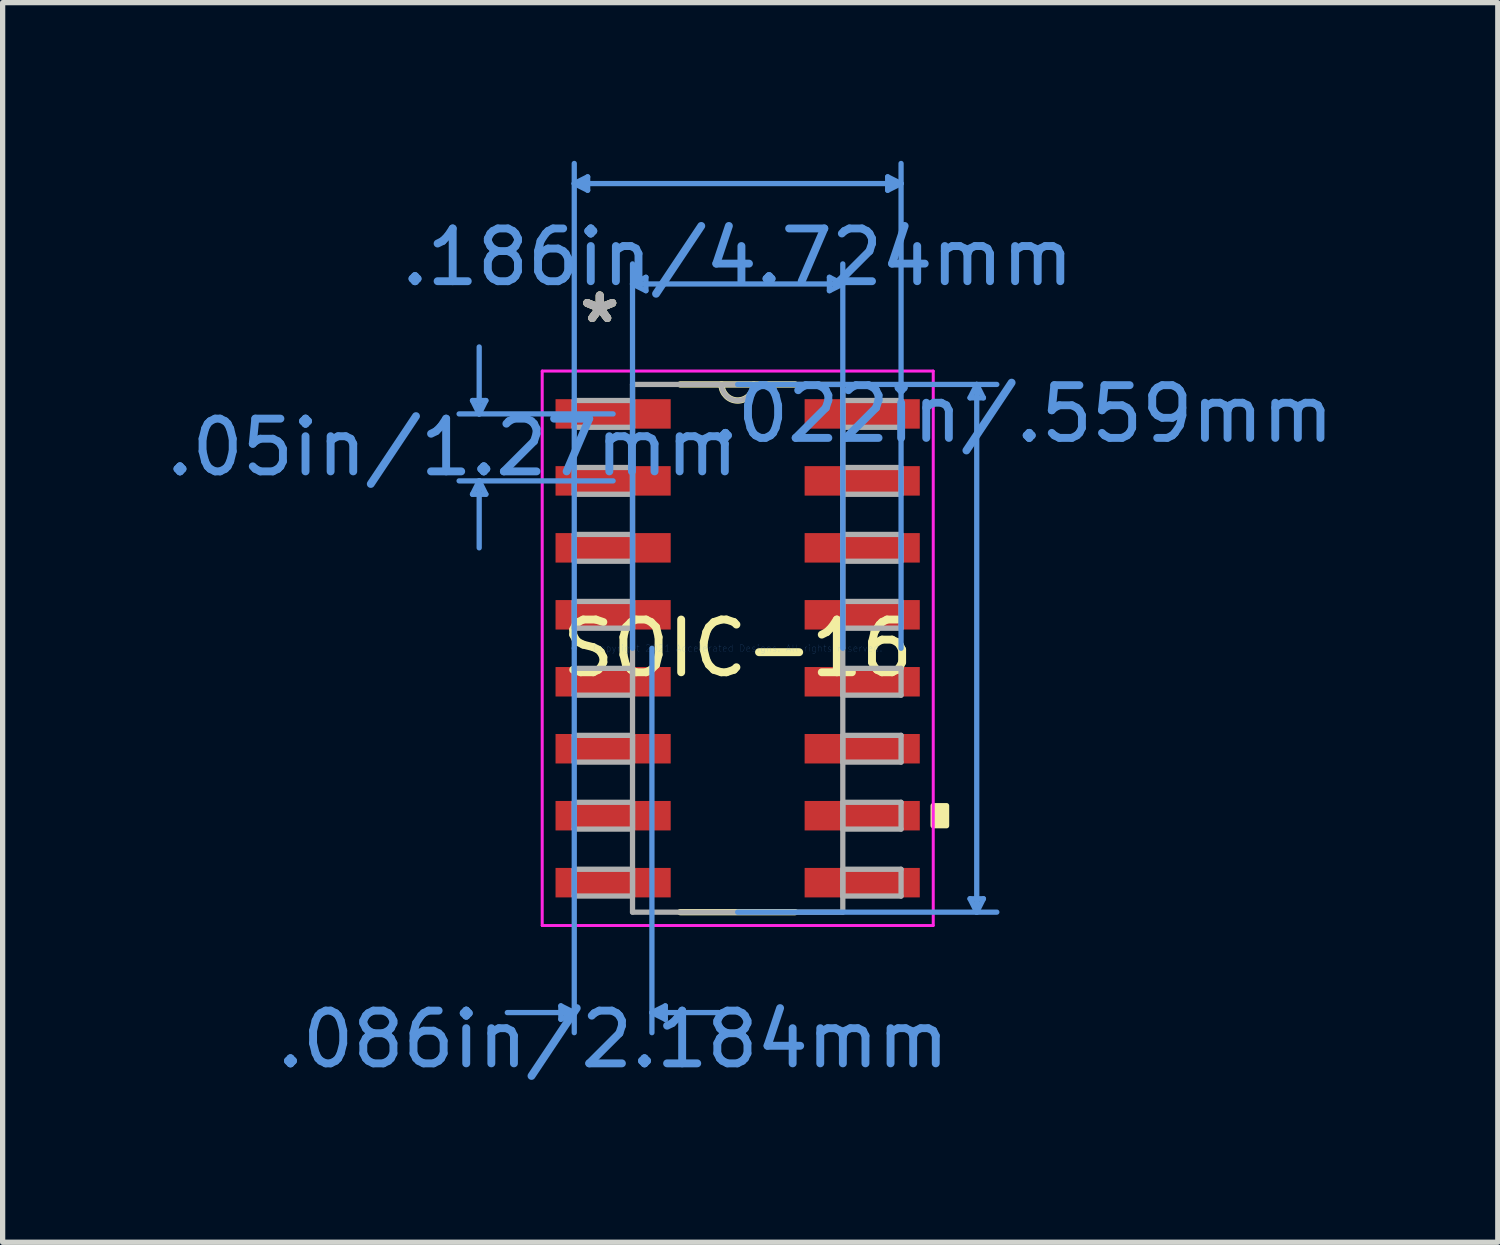
<source format=kicad_pcb>
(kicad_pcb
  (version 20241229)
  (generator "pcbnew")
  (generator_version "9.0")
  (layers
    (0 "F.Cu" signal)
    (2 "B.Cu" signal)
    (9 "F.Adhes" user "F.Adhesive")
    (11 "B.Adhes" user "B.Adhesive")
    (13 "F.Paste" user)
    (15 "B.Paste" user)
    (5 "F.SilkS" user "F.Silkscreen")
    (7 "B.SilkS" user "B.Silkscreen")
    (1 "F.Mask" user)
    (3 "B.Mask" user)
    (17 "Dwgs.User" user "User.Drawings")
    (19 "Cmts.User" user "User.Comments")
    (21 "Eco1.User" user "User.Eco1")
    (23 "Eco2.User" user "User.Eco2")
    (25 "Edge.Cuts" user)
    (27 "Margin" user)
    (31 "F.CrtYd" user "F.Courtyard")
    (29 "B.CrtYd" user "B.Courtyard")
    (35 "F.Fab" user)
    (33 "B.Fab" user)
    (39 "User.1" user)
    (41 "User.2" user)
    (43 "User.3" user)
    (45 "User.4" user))
  (footprint "SOIC-16"
    (layer "F.Cu")
    (at 10.94 9.245)
    (property "Reference" "SOIC-16" (at 0 0 0) (layer "F.SilkS") (effects (font (size 1 1) (thickness 0.15))))
    (attr through_hole)
    (fp_line (start -1.089 5.004) (end 1.089 5.004) (stroke (width 0.12) (type solid)) (layer "F.SilkS"))
    (fp_line (start 1.089 -5.004) (end -1.089 -5.004) (stroke (width 0.12) (type solid)) (layer "F.SilkS"))
    (fp_arc (start 0.3048 -5.0038) (mid 0 -4.699) (end -0.3048 -5.0038) (stroke (width 0.12) (type solid)) (layer "F.SilkS"))
    (fp_poly (pts (xy 3.962 2.985) (xy 3.962 3.365) (xy 3.708 3.365) (xy 3.708 2.985)) (stroke (width 0.1) (type solid)) (fill yes) (layer "F.SilkS"))
    (fp_line (start -5.029 -4.699) (end -4.775 -4.699) (stroke (width 0.1) (type solid)) (layer "Cmts.User"))
    (fp_line (start -5.029 -2.921) (end -4.775 -2.921) (stroke (width 0.1) (type solid)) (layer "Cmts.User"))
    (fp_line (start -4.902 -4.445) (end -5.029 -4.699) (stroke (width 0.1) (type solid)) (layer "Cmts.User"))
    (fp_line (start -4.902 -4.445) (end -4.902 -5.715) (stroke (width 0.1) (type solid)) (layer "Cmts.User"))
    (fp_line (start -4.902 -4.445) (end -4.775 -4.699) (stroke (width 0.1) (type solid)) (layer "Cmts.User"))
    (fp_line (start -4.902 -3.175) (end -5.029 -2.921) (stroke (width 0.1) (type solid)) (layer "Cmts.User"))
    (fp_line (start -4.902 -3.175) (end -4.902 -1.905) (stroke (width 0.1) (type solid)) (layer "Cmts.User"))
    (fp_line (start -4.902 -3.175) (end -4.775 -2.921) (stroke (width 0.1) (type solid)) (layer "Cmts.User"))
    (fp_line (start -3.353 6.782) (end -3.353 7.036) (stroke (width 0.1) (type solid)) (layer "Cmts.User"))
    (fp_line (start -3.099 -8.814) (end -2.845 -8.941) (stroke (width 0.1) (type solid)) (layer "Cmts.User"))
    (fp_line (start -3.099 -8.814) (end -2.845 -8.687) (stroke (width 0.1) (type solid)) (layer "Cmts.User"))
    (fp_line (start -3.099 -8.814) (end 3.099 -8.814) (stroke (width 0.1) (type solid)) (layer "Cmts.User"))
    (fp_line (start -3.099 0) (end -3.099 -9.195) (stroke (width 0.1) (type solid)) (layer "Cmts.User"))
    (fp_line (start -3.099 0) (end -3.099 7.29) (stroke (width 0.1) (type solid)) (layer "Cmts.User"))
    (fp_line (start -3.099 6.909) (end -4.369 6.909) (stroke (width 0.1) (type solid)) (layer "Cmts.User"))
    (fp_line (start -3.099 6.909) (end -3.353 6.782) (stroke (width 0.1) (type solid)) (layer "Cmts.User"))
    (fp_line (start -3.099 6.909) (end -3.353 7.036) (stroke (width 0.1) (type solid)) (layer "Cmts.User"))
    (fp_line (start -2.845 -8.941) (end -2.845 -8.687) (stroke (width 0.1) (type solid)) (layer "Cmts.User"))
    (fp_line (start -2.362 -4.445) (end -5.283 -4.445) (stroke (width 0.1) (type solid)) (layer "Cmts.User"))
    (fp_line (start -2.362 -3.175) (end -5.283 -3.175) (stroke (width 0.1) (type solid)) (layer "Cmts.User"))
    (fp_line (start -1.994 -6.909) (end -1.74 -7.036) (stroke (width 0.1) (type solid)) (layer "Cmts.User"))
    (fp_line (start -1.994 -6.909) (end -1.74 -6.782) (stroke (width 0.1) (type solid)) (layer "Cmts.User"))
    (fp_line (start -1.994 -6.909) (end 1.994 -6.909) (stroke (width 0.1) (type solid)) (layer "Cmts.User"))
    (fp_line (start -1.994 0) (end -1.994 -7.29) (stroke (width 0.1) (type solid)) (layer "Cmts.User"))
    (fp_line (start -1.74 -7.036) (end -1.74 -6.782) (stroke (width 0.1) (type solid)) (layer "Cmts.User"))
    (fp_line (start -1.626 0) (end -1.626 7.29) (stroke (width 0.1) (type solid)) (layer "Cmts.User"))
    (fp_line (start -1.626 6.909) (end -1.372 6.782) (stroke (width 0.1) (type solid)) (layer "Cmts.User"))
    (fp_line (start -1.626 6.909) (end -1.372 7.036) (stroke (width 0.1) (type solid)) (layer "Cmts.User"))
    (fp_line (start -1.626 6.909) (end -0.356 6.909) (stroke (width 0.1) (type solid)) (layer "Cmts.User"))
    (fp_line (start -1.372 6.782) (end -1.372 7.036) (stroke (width 0.1) (type solid)) (layer "Cmts.User"))
    (fp_line (start 0 -5.004) (end 4.915 -5.004) (stroke (width 0.1) (type solid)) (layer "Cmts.User"))
    (fp_line (start 0 5.004) (end 4.915 5.004) (stroke (width 0.1) (type solid)) (layer "Cmts.User"))
    (fp_line (start 1.74 -7.036) (end 1.74 -6.782) (stroke (width 0.1) (type solid)) (layer "Cmts.User"))
    (fp_line (start 1.994 -6.909) (end 1.74 -7.036) (stroke (width 0.1) (type solid)) (layer "Cmts.User"))
    (fp_line (start 1.994 -6.909) (end 1.74 -6.782) (stroke (width 0.1) (type solid)) (layer "Cmts.User"))
    (fp_line (start 1.994 0) (end 1.994 -7.29) (stroke (width 0.1) (type solid)) (layer "Cmts.User"))
    (fp_line (start 2.845 -8.941) (end 2.845 -8.687) (stroke (width 0.1) (type solid)) (layer "Cmts.User"))
    (fp_line (start 3.099 -8.814) (end 2.845 -8.941) (stroke (width 0.1) (type solid)) (layer "Cmts.User"))
    (fp_line (start 3.099 -8.814) (end 2.845 -8.687) (stroke (width 0.1) (type solid)) (layer "Cmts.User"))
    (fp_line (start 3.099 0) (end 3.099 -9.195) (stroke (width 0.1) (type solid)) (layer "Cmts.User"))
    (fp_line (start 4.407 -4.75) (end 4.661 -4.75) (stroke (width 0.1) (type solid)) (layer "Cmts.User"))
    (fp_line (start 4.407 4.75) (end 4.661 4.75) (stroke (width 0.1) (type solid)) (layer "Cmts.User"))
    (fp_line (start 4.534 -5.004) (end 4.407 -4.75) (stroke (width 0.1) (type solid)) (layer "Cmts.User"))
    (fp_line (start 4.534 -5.004) (end 4.534 5.004) (stroke (width 0.1) (type solid)) (layer "Cmts.User"))
    (fp_line (start 4.534 -5.004) (end 4.661 -4.75) (stroke (width 0.1) (type solid)) (layer "Cmts.User"))
    (fp_line (start 4.534 5.004) (end 4.407 4.75) (stroke (width 0.1) (type solid)) (layer "Cmts.User"))
    (fp_line (start 4.534 5.004) (end 4.661 4.75) (stroke (width 0.1) (type solid)) (layer "Cmts.User"))
    (fp_line (start -3.708 -5.258) (end 3.708 -5.258) (stroke (width 0.05) (type solid)) (layer "F.CrtYd"))
    (fp_line (start -3.708 -5.258) (end 3.708 -5.258) (stroke (width 0.05) (type solid)) (layer "F.CrtYd"))
    (fp_line (start -3.708 5.258) (end -3.708 -5.258) (stroke (width 0.05) (type solid)) (layer "F.CrtYd"))
    (fp_line (start -3.708 5.258) (end -3.708 -5.258) (stroke (width 0.05) (type solid)) (layer "F.CrtYd"))
    (fp_line (start 3.708 -5.258) (end 3.708 5.258) (stroke (width 0.05) (type solid)) (layer "F.CrtYd"))
    (fp_line (start 3.708 -5.258) (end 3.708 5.258) (stroke (width 0.05) (type solid)) (layer "F.CrtYd"))
    (fp_line (start 3.708 5.258) (end -3.708 5.258) (stroke (width 0.05) (type solid)) (layer "F.CrtYd"))
    (fp_line (start 3.708 5.258) (end -3.708 5.258) (stroke (width 0.05) (type solid)) (layer "F.CrtYd"))
    (fp_line (start -3.099 -4.699) (end -3.099 -4.191) (stroke (width 0.1) (type solid)) (layer "F.Fab"))
    (fp_line (start -3.099 -4.191) (end -1.994 -4.191) (stroke (width 0.1) (type solid)) (layer "F.Fab"))
    (fp_line (start -3.099 -3.429) (end -3.099 -2.921) (stroke (width 0.1) (type solid)) (layer "F.Fab"))
    (fp_line (start -3.099 -2.921) (end -1.994 -2.921) (stroke (width 0.1) (type solid)) (layer "F.Fab"))
    (fp_line (start -3.099 -2.159) (end -3.099 -1.651) (stroke (width 0.1) (type solid)) (layer "F.Fab"))
    (fp_line (start -3.099 -1.651) (end -1.994 -1.651) (stroke (width 0.1) (type solid)) (layer "F.Fab"))
    (fp_line (start -3.099 -0.889) (end -3.099 -0.381) (stroke (width 0.1) (type solid)) (layer "F.Fab"))
    (fp_line (start -3.099 -0.381) (end -1.994 -0.381) (stroke (width 0.1) (type solid)) (layer "F.Fab"))
    (fp_line (start -3.099 0.381) (end -3.099 0.889) (stroke (width 0.1) (type solid)) (layer "F.Fab"))
    (fp_line (start -3.099 0.889) (end -1.994 0.889) (stroke (width 0.1) (type solid)) (layer "F.Fab"))
    (fp_line (start -3.099 1.651) (end -3.099 2.159) (stroke (width 0.1) (type solid)) (layer "F.Fab"))
    (fp_line (start -3.099 2.159) (end -1.994 2.159) (stroke (width 0.1) (type solid)) (layer "F.Fab"))
    (fp_line (start -3.099 2.921) (end -3.099 3.429) (stroke (width 0.1) (type solid)) (layer "F.Fab"))
    (fp_line (start -3.099 3.429) (end -1.994 3.429) (stroke (width 0.1) (type solid)) (layer "F.Fab"))
    (fp_line (start -3.099 4.191) (end -3.099 4.699) (stroke (width 0.1) (type solid)) (layer "F.Fab"))
    (fp_line (start -3.099 4.699) (end -1.994 4.699) (stroke (width 0.1) (type solid)) (layer "F.Fab"))
    (fp_line (start -1.994 -5.004) (end -1.994 5.004) (stroke (width 0.1) (type solid)) (layer "F.Fab"))
    (fp_line (start -1.994 -4.699) (end -3.099 -4.699) (stroke (width 0.1) (type solid)) (layer "F.Fab"))
    (fp_line (start -1.994 -4.191) (end -1.994 -4.699) (stroke (width 0.1) (type solid)) (layer "F.Fab"))
    (fp_line (start -1.994 -3.429) (end -3.099 -3.429) (stroke (width 0.1) (type solid)) (layer "F.Fab"))
    (fp_line (start -1.994 -2.921) (end -1.994 -3.429) (stroke (width 0.1) (type solid)) (layer "F.Fab"))
    (fp_line (start -1.994 -2.159) (end -3.099 -2.159) (stroke (width 0.1) (type solid)) (layer "F.Fab"))
    (fp_line (start -1.994 -1.651) (end -1.994 -2.159) (stroke (width 0.1) (type solid)) (layer "F.Fab"))
    (fp_line (start -1.994 -0.889) (end -3.099 -0.889) (stroke (width 0.1) (type solid)) (layer "F.Fab"))
    (fp_line (start -1.994 -0.381) (end -1.994 -0.889) (stroke (width 0.1) (type solid)) (layer "F.Fab"))
    (fp_line (start -1.994 0.381) (end -3.099 0.381) (stroke (width 0.1) (type solid)) (layer "F.Fab"))
    (fp_line (start -1.994 0.889) (end -1.994 0.381) (stroke (width 0.1) (type solid)) (layer "F.Fab"))
    (fp_line (start -1.994 1.651) (end -3.099 1.651) (stroke (width 0.1) (type solid)) (layer "F.Fab"))
    (fp_line (start -1.994 2.159) (end -1.994 1.651) (stroke (width 0.1) (type solid)) (layer "F.Fab"))
    (fp_line (start -1.994 2.921) (end -3.099 2.921) (stroke (width 0.1) (type solid)) (layer "F.Fab"))
    (fp_line (start -1.994 3.429) (end -1.994 2.921) (stroke (width 0.1) (type solid)) (layer "F.Fab"))
    (fp_line (start -1.994 4.191) (end -3.099 4.191) (stroke (width 0.1) (type solid)) (layer "F.Fab"))
    (fp_line (start -1.994 4.699) (end -1.994 4.191) (stroke (width 0.1) (type solid)) (layer "F.Fab"))
    (fp_line (start -1.994 5.004) (end 1.994 5.004) (stroke (width 0.1) (type solid)) (layer "F.Fab"))
    (fp_line (start 1.994 -5.004) (end -1.994 -5.004) (stroke (width 0.1) (type solid)) (layer "F.Fab"))
    (fp_line (start 1.994 -4.699) (end 1.994 -4.191) (stroke (width 0.1) (type solid)) (layer "F.Fab"))
    (fp_line (start 1.994 -4.191) (end 3.099 -4.191) (stroke (width 0.1) (type solid)) (layer "F.Fab"))
    (fp_line (start 1.994 -3.429) (end 1.994 -2.921) (stroke (width 0.1) (type solid)) (layer "F.Fab"))
    (fp_line (start 1.994 -2.921) (end 3.099 -2.921) (stroke (width 0.1) (type solid)) (layer "F.Fab"))
    (fp_line (start 1.994 -2.159) (end 1.994 -1.651) (stroke (width 0.1) (type solid)) (layer "F.Fab"))
    (fp_line (start 1.994 -1.651) (end 3.099 -1.651) (stroke (width 0.1) (type solid)) (layer "F.Fab"))
    (fp_line (start 1.994 -0.889) (end 1.994 -0.381) (stroke (width 0.1) (type solid)) (layer "F.Fab"))
    (fp_line (start 1.994 -0.381) (end 3.099 -0.381) (stroke (width 0.1) (type solid)) (layer "F.Fab"))
    (fp_line (start 1.994 0.381) (end 1.994 0.889) (stroke (width 0.1) (type solid)) (layer "F.Fab"))
    (fp_line (start 1.994 0.889) (end 3.099 0.889) (stroke (width 0.1) (type solid)) (layer "F.Fab"))
    (fp_line (start 1.994 1.651) (end 1.994 2.159) (stroke (width 0.1) (type solid)) (layer "F.Fab"))
    (fp_line (start 1.994 2.159) (end 3.099 2.159) (stroke (width 0.1) (type solid)) (layer "F.Fab"))
    (fp_line (start 1.994 2.921) (end 1.994 3.429) (stroke (width 0.1) (type solid)) (layer "F.Fab"))
    (fp_line (start 1.994 3.429) (end 3.099 3.429) (stroke (width 0.1) (type solid)) (layer "F.Fab"))
    (fp_line (start 1.994 4.191) (end 1.994 4.699) (stroke (width 0.1) (type solid)) (layer "F.Fab"))
    (fp_line (start 1.994 4.699) (end 3.099 4.699) (stroke (width 0.1) (type solid)) (layer "F.Fab"))
    (fp_line (start 1.994 5.004) (end 1.994 -5.004) (stroke (width 0.1) (type solid)) (layer "F.Fab"))
    (fp_line (start 3.099 -4.699) (end 1.994 -4.699) (stroke (width 0.1) (type solid)) (layer "F.Fab"))
    (fp_line (start 3.099 -4.191) (end 3.099 -4.699) (stroke (width 0.1) (type solid)) (layer "F.Fab"))
    (fp_line (start 3.099 -3.429) (end 1.994 -3.429) (stroke (width 0.1) (type solid)) (layer "F.Fab"))
    (fp_line (start 3.099 -2.921) (end 3.099 -3.429) (stroke (width 0.1) (type solid)) (layer "F.Fab"))
    (fp_line (start 3.099 -2.159) (end 1.994 -2.159) (stroke (width 0.1) (type solid)) (layer "F.Fab"))
    (fp_line (start 3.099 -1.651) (end 3.099 -2.159) (stroke (width 0.1) (type solid)) (layer "F.Fab"))
    (fp_line (start 3.099 -0.889) (end 1.994 -0.889) (stroke (width 0.1) (type solid)) (layer "F.Fab"))
    (fp_line (start 3.099 -0.381) (end 3.099 -0.889) (stroke (width 0.1) (type solid)) (layer "F.Fab"))
    (fp_line (start 3.099 0.381) (end 1.994 0.381) (stroke (width 0.1) (type solid)) (layer "F.Fab"))
    (fp_line (start 3.099 0.889) (end 3.099 0.381) (stroke (width 0.1) (type solid)) (layer "F.Fab"))
    (fp_line (start 3.099 1.651) (end 1.994 1.651) (stroke (width 0.1) (type solid)) (layer "F.Fab"))
    (fp_line (start 3.099 2.159) (end 3.099 1.651) (stroke (width 0.1) (type solid)) (layer "F.Fab"))
    (fp_line (start 3.099 2.921) (end 1.994 2.921) (stroke (width 0.1) (type solid)) (layer "F.Fab"))
    (fp_line (start 3.099 3.429) (end 3.099 2.921) (stroke (width 0.1) (type solid)) (layer "F.Fab"))
    (fp_line (start 3.099 4.191) (end 1.994 4.191) (stroke (width 0.1) (type solid)) (layer "F.Fab"))
    (fp_line (start 3.099 4.699) (end 3.099 4.191) (stroke (width 0.1) (type solid)) (layer "F.Fab"))
    (fp_arc (start 0.3048 -5.0038) (mid 0 -4.699) (end -0.3048 -5.0038) (stroke (width 0.1) (type solid)) (layer "F.Fab"))
    (fp_text user "*" (at -2.616 -6.147 0) (layer "F.SilkS") (effects (font (size 1 1) (thickness 0.15))))
    (fp_text user "*" (at -2.616 -6.147 0) (layer "F.SilkS") (effects (font (size 1 1) (thickness 0.15))))
    (fp_text user ".022in/.559mm" (at 5.41 -4.445 0) (layer "Cmts.User") (effects (font (size 1 1) (thickness 0.15))))
    (fp_text user "Copyright 2021 Accelerated Designs. All rights reserved." (at 0 0 0) (layer "Cmts.User") (effects (font (size 0.127 0.127) (thickness 0.002))))
    (fp_text user ".086in/2.184mm" (at -2.362 7.417 0) (layer "Cmts.User") (effects (font (size 1 1) (thickness 0.15))))
    (fp_text user ".186in/4.724mm" (at 0 -7.417 0) (layer "Cmts.User") (effects (font (size 1 1) (thickness 0.15))))
    (fp_text user ".05in/1.27mm" (at -5.41 -3.81 0) (layer "Cmts.User") (effects (font (size 1 1) (thickness 0.15))))
    (fp_text user "*" (at -2.616 -6.147 0) (layer "F.Fab") (effects (font (size 1 1) (thickness 0.15))))
    (fp_text user "*" (at -2.616 -6.147 0) (layer "F.Fab") (effects (font (size 1 1) (thickness 0.15))))
    (pad "1" smd rect (at -2.362 -4.445) (size 2.184 0.559) (layers "F.Cu" "F.Mask" "F.Paste"))
    (pad "2" smd rect (at -2.362 -3.175) (size 2.184 0.559) (layers "F.Cu" "F.Mask" "F.Paste"))
    (pad "3" smd rect (at -2.362 -1.905) (size 2.184 0.559) (layers "F.Cu" "F.Mask" "F.Paste"))
    (pad "4" smd rect (at -2.362 -0.635) (size 2.184 0.559) (layers "F.Cu" "F.Mask" "F.Paste"))
    (pad "5" smd rect (at -2.362 0.635) (size 2.184 0.559) (layers "F.Cu" "F.Mask" "F.Paste"))
    (pad "6" smd rect (at -2.362 1.905) (size 2.184 0.559) (layers "F.Cu" "F.Mask" "F.Paste"))
    (pad "7" smd rect (at -2.362 3.175) (size 2.184 0.559) (layers "F.Cu" "F.Mask" "F.Paste"))
    (pad "8" smd rect (at -2.362 4.445) (size 2.184 0.559) (layers "F.Cu" "F.Mask" "F.Paste"))
    (pad "9" smd rect (at 2.362 4.445) (size 2.184 0.559) (layers "F.Cu" "F.Mask" "F.Paste"))
    (pad "10" smd rect (at 2.362 3.175) (size 2.184 0.559) (layers "F.Cu" "F.Mask" "F.Paste"))
    (pad "11" smd rect (at 2.362 1.905) (size 2.184 0.559) (layers "F.Cu" "F.Mask" "F.Paste"))
    (pad "12" smd rect (at 2.362 0.635) (size 2.184 0.559) (layers "F.Cu" "F.Mask" "F.Paste"))
    (pad "13" smd rect (at 2.362 -0.635) (size 2.184 0.559) (layers "F.Cu" "F.Mask" "F.Paste"))
    (pad "14" smd rect (at 2.362 -1.905) (size 2.184 0.559) (layers "F.Cu" "F.Mask" "F.Paste"))
    (pad "15" smd rect (at 2.362 -3.175) (size 2.184 0.559) (layers "F.Cu" "F.Mask" "F.Paste"))
    (pad "16" smd rect (at 2.362 -4.445) (size 2.184 0.559) (layers "F.Cu" "F.Mask" "F.Paste")))
  (gr_rect
    (start -3 -3)
    (end 25.356 20.51)
    (stroke (width 0.1) (type default))
    (fill no)
    (layer "Edge.Cuts")))
</source>
